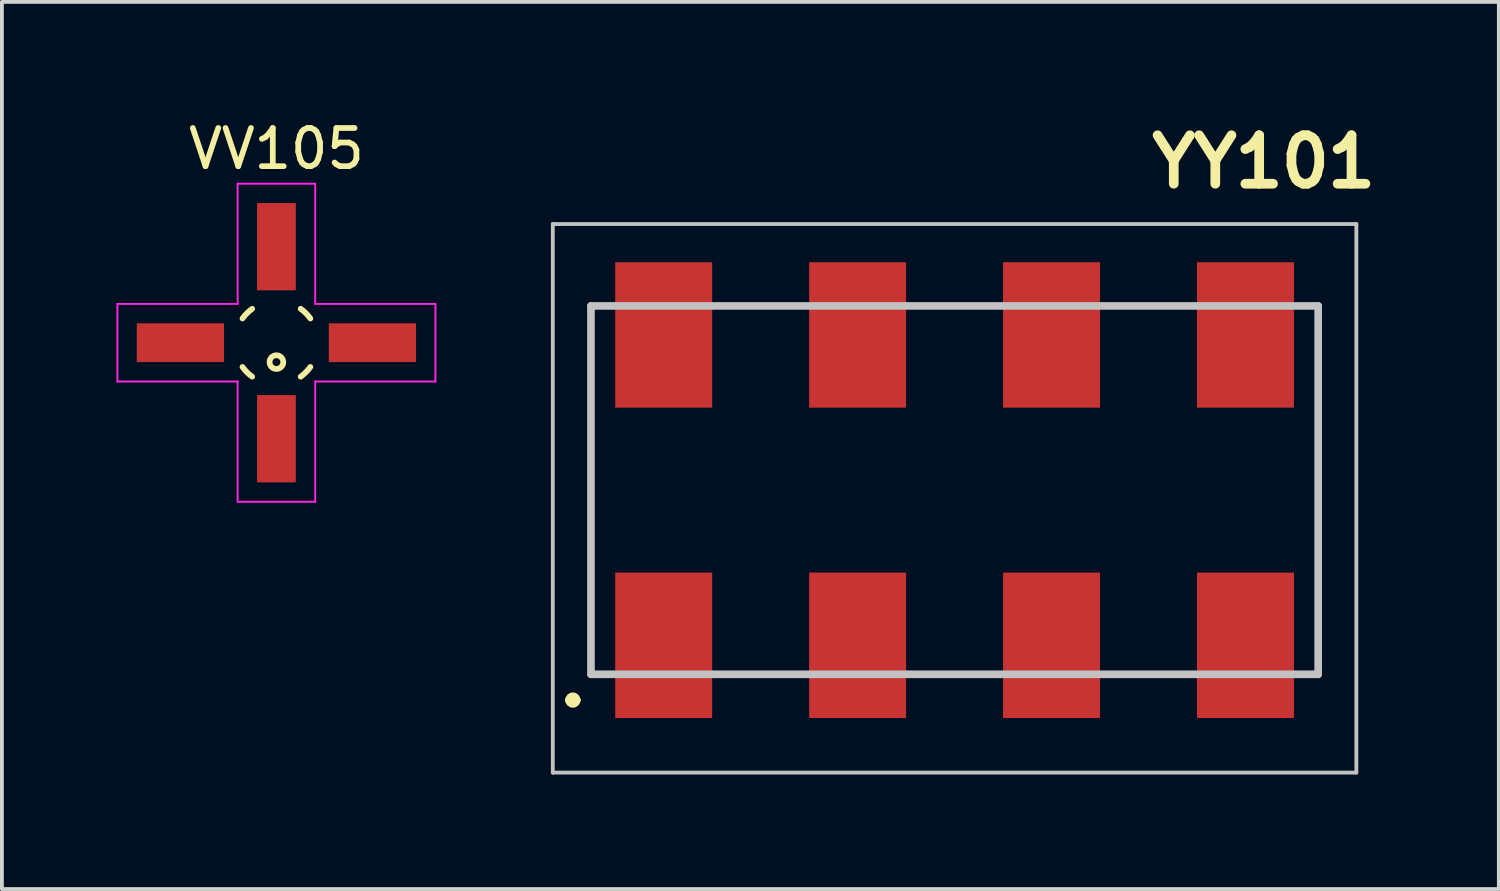
<source format=kicad_pcb>
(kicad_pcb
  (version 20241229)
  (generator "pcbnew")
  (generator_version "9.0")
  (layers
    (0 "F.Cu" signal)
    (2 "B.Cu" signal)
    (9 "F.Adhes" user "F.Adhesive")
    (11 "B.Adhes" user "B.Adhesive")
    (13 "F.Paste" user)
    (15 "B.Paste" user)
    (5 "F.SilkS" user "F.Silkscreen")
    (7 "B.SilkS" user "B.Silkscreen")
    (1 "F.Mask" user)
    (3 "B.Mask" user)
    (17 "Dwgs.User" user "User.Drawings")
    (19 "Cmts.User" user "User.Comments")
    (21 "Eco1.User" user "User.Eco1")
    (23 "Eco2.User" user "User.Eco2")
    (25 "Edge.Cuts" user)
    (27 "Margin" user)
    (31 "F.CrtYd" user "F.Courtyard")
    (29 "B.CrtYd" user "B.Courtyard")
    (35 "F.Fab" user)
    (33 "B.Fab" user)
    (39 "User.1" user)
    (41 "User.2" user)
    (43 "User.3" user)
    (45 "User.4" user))
  (footprint "YY101"
    (layer "F.Cu")
    (at 21.956 9.789)
    (property "Reference" "YY101" (at 8.1 -8.6 0) (layer "F.SilkS") (effects (font (size 1.27 1.27) (thickness 0.254))))
    (attr smd)
    (fp_line (start -10.1 5.5) (end -10.1 5.5) (stroke (width 0.2) (type solid)) (layer "F.SilkS"))
    (fp_line (start -9.9 5.5) (end -9.9 5.5) (stroke (width 0.2) (type solid)) (layer "F.SilkS"))
    (fp_line (start -9.525 -4.825) (end -9.525 4.825) (stroke (width 0.1) (type solid)) (layer "F.SilkS"))
    (fp_line (start 9.525 -4.825) (end 9.525 4.825) (stroke (width 0.1) (type solid)) (layer "F.SilkS"))
    (fp_arc (start -10.1 5.5) (mid -10 5.4) (end -9.9 5.5) (stroke (width 0.2) (type solid)) (layer "F.SilkS"))
    (fp_arc (start -9.9 5.5) (mid -10 5.6) (end -10.1 5.5) (stroke (width 0.2) (type solid)) (layer "F.SilkS"))
    (fp_line (start -10.525 -6.97) (end 10.525 -6.97) (stroke (width 0.1) (type solid)) (layer "Dwgs.User"))
    (fp_line (start -10.525 7.4) (end -10.525 -6.97) (stroke (width 0.1) (type solid)) (layer "Dwgs.User"))
    (fp_line (start -9.525 -4.825) (end 9.525 -4.825) (stroke (width 0.2) (type solid)) (layer "Dwgs.User"))
    (fp_line (start -9.525 4.825) (end -9.525 -4.825) (stroke (width 0.2) (type solid)) (layer "Dwgs.User"))
    (fp_line (start 9.525 -4.825) (end 9.525 4.825) (stroke (width 0.2) (type solid)) (layer "Dwgs.User"))
    (fp_line (start 9.525 4.825) (end -9.525 4.825) (stroke (width 0.2) (type solid)) (layer "Dwgs.User"))
    (fp_line (start 10.525 -6.97) (end 10.525 7.4) (stroke (width 0.1) (type solid)) (layer "Dwgs.User"))
    (fp_line (start 10.525 7.4) (end -10.525 7.4) (stroke (width 0.1) (type solid)) (layer "Dwgs.User"))
    (pad "1" smd rect (at -7.62 4.065) (size 2.54 3.81) (layers "F.Cu" "F.Mask" "F.Paste"))
    (pad "2" smd rect (at -7.62 -4.065) (size 2.54 3.81) (layers "F.Cu" "F.Mask" "F.Paste"))
    (pad "3" smd rect (at -2.54 4.065) (size 2.54 3.81) (layers "F.Cu" "F.Mask" "F.Paste"))
    (pad "4" smd rect (at -2.54 -4.065) (size 2.54 3.81) (layers "F.Cu" "F.Mask" "F.Paste"))
    (pad "5" smd rect (at 2.54 4.065) (size 2.54 3.81) (layers "F.Cu" "F.Mask" "F.Paste"))
    (pad "6" smd rect (at 2.54 -4.065) (size 2.54 3.81) (layers "F.Cu" "F.Mask" "F.Paste"))
    (pad "7" smd rect (at 7.62 4.065) (size 2.54 3.81) (layers "F.Cu" "F.Mask" "F.Paste"))
    (pad "8" smd rect (at 7.62 -4.065) (size 2.54 3.81) (layers "F.Cu" "F.Mask" "F.Paste")))
  (footprint "VV105"
    (layer "F.Cu")
    (at 4.191 5.928)
    (property "Reference" "VV105" (at 0 -5.08 0) (layer "F.SilkS") (effects (font (size 1 1) (thickness 0.15))))
    (attr through_hole)
    (fp_arc (start -0.889 -0.635) (mid -0.772511 -0.772511) (end -0.635 -0.889) (stroke (width 0.15) (type solid)) (layer "F.SilkS"))
    (fp_arc (start -0.635 0.889) (mid -0.772511 0.77251) (end -0.889001 0.634999) (stroke (width 0.15) (type solid)) (layer "F.SilkS"))
    (fp_arc (start 0.635 -0.889) (mid 0.772511 -0.772511) (end 0.889 -0.635) (stroke (width 0.15) (type solid)) (layer "F.SilkS"))
    (fp_arc (start 0.889 0.635) (mid 0.77251 0.772511) (end 0.634999 0.889001) (stroke (width 0.15) (type solid)) (layer "F.SilkS"))
    (fp_circle (center 0 0.508) (end 0.127 0.635) (stroke (width 0.15) (type solid)) (fill no) (layer "F.SilkS"))
    (fp_line (start -4.166 -1.016) (end -1.016 -1.016) (stroke (width 0.05) (type solid)) (layer "F.CrtYd"))
    (fp_line (start -4.166 1.016) (end -4.166 -1.016) (stroke (width 0.05) (type solid)) (layer "F.CrtYd"))
    (fp_line (start -1.016 -4.166) (end -1.016 -1.016) (stroke (width 0.05) (type solid)) (layer "F.CrtYd"))
    (fp_line (start -1.016 1.016) (end -4.166 1.016) (stroke (width 0.05) (type solid)) (layer "F.CrtYd"))
    (fp_line (start -1.016 4.166) (end -1.016 1.016) (stroke (width 0.05) (type solid)) (layer "F.CrtYd"))
    (fp_line (start 1.016 -4.166) (end -1.016 -4.166) (stroke (width 0.05) (type solid)) (layer "F.CrtYd"))
    (fp_line (start 1.016 -4.166) (end 1.016 -1.016) (stroke (width 0.05) (type solid)) (layer "F.CrtYd"))
    (fp_line (start 1.016 -1.016) (end 4.166 -1.016) (stroke (width 0.05) (type solid)) (layer "F.CrtYd"))
    (fp_line (start 1.016 1.016) (end 1.016 4.166) (stroke (width 0.05) (type solid)) (layer "F.CrtYd"))
    (fp_line (start 1.016 4.166) (end -1.016 4.166) (stroke (width 0.05) (type solid)) (layer "F.CrtYd"))
    (fp_line (start 4.166 -1.016) (end 4.166 1.016) (stroke (width 0.05) (type solid)) (layer "F.CrtYd"))
    (fp_line (start 4.166 1.016) (end 1.016 1.016) (stroke (width 0.05) (type solid)) (layer "F.CrtYd"))
    (pad "1" smd rect (at 0 2.515) (size 1.016 2.286) (layers "F.Cu" "F.Mask" "F.Paste"))
    (pad "2" smd rect (at 2.515 0) (size 2.286 1.016) (layers "F.Cu" "F.Mask" "F.Paste"))
    (pad "3" smd rect (at 0 -2.515) (size 1.016 2.286) (layers "F.Cu" "F.Mask" "F.Paste"))
    (pad "4" smd rect (at -2.515 0) (size 2.286 1.016) (layers "F.Cu" "F.Mask" "F.Paste")))
  (gr_rect
    (start -3 -3)
    (end 36.213 20.239)
    (stroke (width 0.1) (type default))
    (fill no)
    (layer "Edge.Cuts")))
</source>
